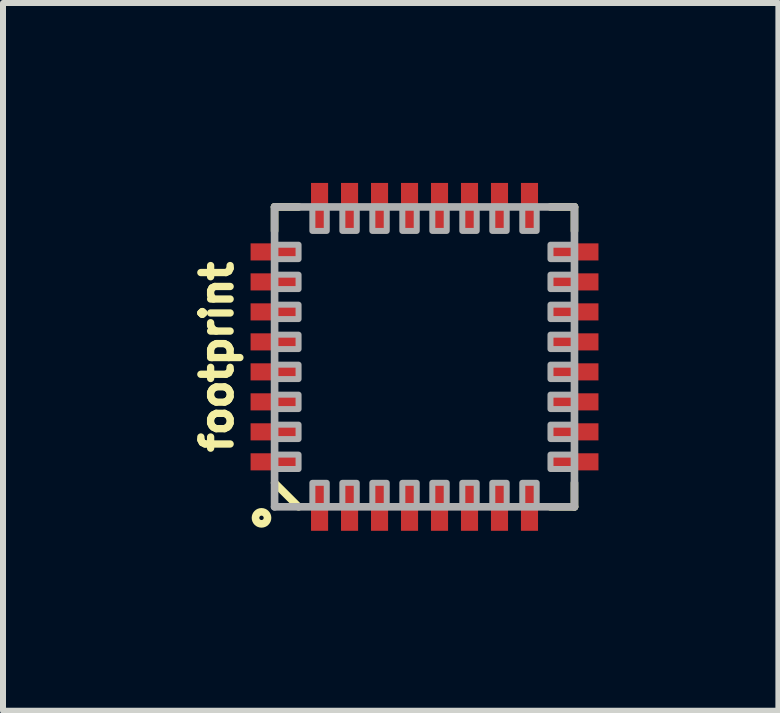
<source format=kicad_pcb>
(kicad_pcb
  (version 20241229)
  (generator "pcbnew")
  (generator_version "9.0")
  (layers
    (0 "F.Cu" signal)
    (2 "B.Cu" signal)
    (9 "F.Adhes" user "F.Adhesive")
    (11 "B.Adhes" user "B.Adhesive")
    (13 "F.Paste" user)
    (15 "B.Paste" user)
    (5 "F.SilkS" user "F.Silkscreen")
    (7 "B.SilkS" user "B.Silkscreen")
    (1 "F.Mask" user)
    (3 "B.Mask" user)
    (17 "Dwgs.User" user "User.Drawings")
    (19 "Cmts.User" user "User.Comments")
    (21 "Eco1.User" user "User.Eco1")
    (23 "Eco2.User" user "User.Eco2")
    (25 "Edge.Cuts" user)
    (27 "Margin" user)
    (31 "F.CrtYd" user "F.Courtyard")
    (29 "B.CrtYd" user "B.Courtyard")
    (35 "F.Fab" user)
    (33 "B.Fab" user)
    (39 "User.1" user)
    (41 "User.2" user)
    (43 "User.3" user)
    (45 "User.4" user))
  (footprint "footprint"
    (layer "F.Cu")
    (at 4.028 2.9)
    (property "Reference" "footprint" (at -3.175 0 90) (layer "F.SilkS") (effects (font (size 0.488 0.488) (thickness 0.122)) (justify bottom)))
    (fp_line (start -2.5 -2.5) (end -2.1 -2.5) (stroke (width 0.127) (type solid)) (layer "F.SilkS"))
    (fp_line (start -2.5 -2.1) (end -2.5 -2.5) (stroke (width 0.127) (type solid)) (layer "F.SilkS"))
    (fp_line (start -2.5 2.1) (end -2.1 2.5) (stroke (width 0.127) (type solid)) (layer "F.SilkS"))
    (fp_line (start 2.1 -2.5) (end 2.5 -2.5) (stroke (width 0.127) (type solid)) (layer "F.SilkS"))
    (fp_line (start 2.5 -2.5) (end 2.5 -2.1) (stroke (width 0.127) (type solid)) (layer "F.SilkS"))
    (fp_line (start 2.5 2.1) (end 2.5 2.5) (stroke (width 0.127) (type solid)) (layer "F.SilkS"))
    (fp_line (start 2.5 2.5) (end 2.1 2.5) (stroke (width 0.127) (type solid)) (layer "F.SilkS"))
    (fp_circle (center -2.718 2.684) (end -2.618 2.684) (stroke (width 0.127) (type solid)) (fill no) (layer "F.SilkS"))
    (fp_poly (pts (xy -2.9 -1.6) (xy -2.3 -1.6) (xy -2.3 -1.9) (xy -2.9 -1.9)) (stroke (width 0) (type solid)) (fill yes) (layer "F.Paste"))
    (fp_poly (pts (xy -2.9 -1.1) (xy -2.3 -1.1) (xy -2.3 -1.4) (xy -2.9 -1.4)) (stroke (width 0) (type solid)) (fill yes) (layer "F.Paste"))
    (fp_poly (pts (xy -2.9 -0.6) (xy -2.3 -0.6) (xy -2.3 -0.9) (xy -2.9 -0.9)) (stroke (width 0) (type solid)) (fill yes) (layer "F.Paste"))
    (fp_poly (pts (xy -2.9 -0.1) (xy -2.3 -0.1) (xy -2.3 -0.4) (xy -2.9 -0.4)) (stroke (width 0) (type solid)) (fill yes) (layer "F.Paste"))
    (fp_poly (pts (xy -2.9 0.4) (xy -2.3 0.4) (xy -2.3 0.1) (xy -2.9 0.1)) (stroke (width 0) (type solid)) (fill yes) (layer "F.Paste"))
    (fp_poly (pts (xy -2.9 0.9) (xy -2.3 0.9) (xy -2.3 0.6) (xy -2.9 0.6)) (stroke (width 0) (type solid)) (fill yes) (layer "F.Paste"))
    (fp_poly (pts (xy -2.9 1.4) (xy -2.3 1.4) (xy -2.3 1.1) (xy -2.9 1.1)) (stroke (width 0) (type solid)) (fill yes) (layer "F.Paste"))
    (fp_poly (pts (xy -2.9 1.9) (xy -2.3 1.9) (xy -2.3 1.6) (xy -2.9 1.6)) (stroke (width 0) (type solid)) (fill yes) (layer "F.Paste"))
    (fp_poly (pts (xy -1.9 -2.3) (xy -1.6 -2.3) (xy -1.6 -2.9) (xy -1.9 -2.9)) (stroke (width 0) (type solid)) (fill yes) (layer "F.Paste"))
    (fp_poly (pts (xy -1.9 2.9) (xy -1.6 2.9) (xy -1.6 2.3) (xy -1.9 2.3)) (stroke (width 0) (type solid)) (fill yes) (layer "F.Paste"))
    (fp_poly (pts (xy -1.4 -2.3) (xy -1.1 -2.3) (xy -1.1 -2.9) (xy -1.4 -2.9)) (stroke (width 0) (type solid)) (fill yes) (layer "F.Paste"))
    (fp_poly (pts (xy -1.4 2.9) (xy -1.1 2.9) (xy -1.1 2.3) (xy -1.4 2.3)) (stroke (width 0) (type solid)) (fill yes) (layer "F.Paste"))
    (fp_poly (pts (xy -0.9 -2.3) (xy -0.6 -2.3) (xy -0.6 -2.9) (xy -0.9 -2.9)) (stroke (width 0) (type solid)) (fill yes) (layer "F.Paste"))
    (fp_poly (pts (xy -0.9 2.9) (xy -0.6 2.9) (xy -0.6 2.3) (xy -0.9 2.3)) (stroke (width 0) (type solid)) (fill yes) (layer "F.Paste"))
    (fp_poly (pts (xy -0.4 -2.3) (xy -0.1 -2.3) (xy -0.1 -2.9) (xy -0.4 -2.9)) (stroke (width 0) (type solid)) (fill yes) (layer "F.Paste"))
    (fp_poly (pts (xy -0.4 2.9) (xy -0.1 2.9) (xy -0.1 2.3) (xy -0.4 2.3)) (stroke (width 0) (type solid)) (fill yes) (layer "F.Paste"))
    (fp_poly (pts (xy 0.1 -2.3) (xy 0.4 -2.3) (xy 0.4 -2.9) (xy 0.1 -2.9)) (stroke (width 0) (type solid)) (fill yes) (layer "F.Paste"))
    (fp_poly (pts (xy 0.1 2.9) (xy 0.4 2.9) (xy 0.4 2.3) (xy 0.1 2.3)) (stroke (width 0) (type solid)) (fill yes) (layer "F.Paste"))
    (fp_poly (pts (xy 0.6 -2.3) (xy 0.9 -2.3) (xy 0.9 -2.9) (xy 0.6 -2.9)) (stroke (width 0) (type solid)) (fill yes) (layer "F.Paste"))
    (fp_poly (pts (xy 0.6 2.9) (xy 0.9 2.9) (xy 0.9 2.3) (xy 0.6 2.3)) (stroke (width 0) (type solid)) (fill yes) (layer "F.Paste"))
    (fp_poly (pts (xy 1.1 -2.3) (xy 1.4 -2.3) (xy 1.4 -2.9) (xy 1.1 -2.9)) (stroke (width 0) (type solid)) (fill yes) (layer "F.Paste"))
    (fp_poly (pts (xy 1.1 2.9) (xy 1.4 2.9) (xy 1.4 2.3) (xy 1.1 2.3)) (stroke (width 0) (type solid)) (fill yes) (layer "F.Paste"))
    (fp_poly (pts (xy 1.6 -2.3) (xy 1.9 -2.3) (xy 1.9 -2.9) (xy 1.6 -2.9)) (stroke (width 0) (type solid)) (fill yes) (layer "F.Paste"))
    (fp_poly (pts (xy 1.6 2.9) (xy 1.9 2.9) (xy 1.9 2.3) (xy 1.6 2.3)) (stroke (width 0) (type solid)) (fill yes) (layer "F.Paste"))
    (fp_poly (pts (xy 2.3 -1.6) (xy 2.9 -1.6) (xy 2.9 -1.9) (xy 2.3 -1.9)) (stroke (width 0) (type solid)) (fill yes) (layer "F.Paste"))
    (fp_poly (pts (xy 2.3 -1.1) (xy 2.9 -1.1) (xy 2.9 -1.4) (xy 2.3 -1.4)) (stroke (width 0) (type solid)) (fill yes) (layer "F.Paste"))
    (fp_poly (pts (xy 2.3 -0.6) (xy 2.9 -0.6) (xy 2.9 -0.9) (xy 2.3 -0.9)) (stroke (width 0) (type solid)) (fill yes) (layer "F.Paste"))
    (fp_poly (pts (xy 2.3 -0.1) (xy 2.9 -0.1) (xy 2.9 -0.4) (xy 2.3 -0.4)) (stroke (width 0) (type solid)) (fill yes) (layer "F.Paste"))
    (fp_poly (pts (xy 2.3 0.4) (xy 2.9 0.4) (xy 2.9 0.1) (xy 2.3 0.1)) (stroke (width 0) (type solid)) (fill yes) (layer "F.Paste"))
    (fp_poly (pts (xy 2.3 0.9) (xy 2.9 0.9) (xy 2.9 0.6) (xy 2.3 0.6)) (stroke (width 0) (type solid)) (fill yes) (layer "F.Paste"))
    (fp_poly (pts (xy 2.3 1.4) (xy 2.9 1.4) (xy 2.9 1.1) (xy 2.3 1.1)) (stroke (width 0) (type solid)) (fill yes) (layer "F.Paste"))
    (fp_poly (pts (xy 2.3 1.9) (xy 2.9 1.9) (xy 2.9 1.6) (xy 2.3 1.6)) (stroke (width 0) (type solid)) (fill yes) (layer "F.Paste"))
    (fp_line (start -2.5 -2.5) (end -2.5 2.5) (stroke (width 0.127) (type solid)) (layer "F.Fab"))
    (fp_line (start -2.5 2.5) (end 2.5 2.5) (stroke (width 0.127) (type solid)) (layer "F.Fab"))
    (fp_line (start 2.5 -2.5) (end -2.5 -2.5) (stroke (width 0.127) (type solid)) (layer "F.Fab"))
    (fp_line (start 2.5 2.5) (end 2.5 -2.5) (stroke (width 0.127) (type solid)) (layer "F.Fab"))
    (fp_poly (pts (xy -2.5 -1.63) (xy -2.1 -1.63) (xy -2.1 -1.87) (xy -2.5 -1.87)) (stroke (width 0.1) (type solid)) (fill no) (layer "F.Fab"))
    (fp_poly (pts (xy -2.5 -1.13) (xy -2.1 -1.13) (xy -2.1 -1.37) (xy -2.5 -1.37)) (stroke (width 0.1) (type solid)) (fill no) (layer "F.Fab"))
    (fp_poly (pts (xy -2.5 -0.63) (xy -2.1 -0.63) (xy -2.1 -0.87) (xy -2.5 -0.87)) (stroke (width 0.1) (type solid)) (fill no) (layer "F.Fab"))
    (fp_poly (pts (xy -2.5 -0.13) (xy -2.1 -0.13) (xy -2.1 -0.37) (xy -2.5 -0.37)) (stroke (width 0.1) (type solid)) (fill no) (layer "F.Fab"))
    (fp_poly (pts (xy -2.5 0.37) (xy -2.1 0.37) (xy -2.1 0.13) (xy -2.5 0.13)) (stroke (width 0.1) (type solid)) (fill no) (layer "F.Fab"))
    (fp_poly (pts (xy -2.5 0.87) (xy -2.1 0.87) (xy -2.1 0.63) (xy -2.5 0.63)) (stroke (width 0.1) (type solid)) (fill no) (layer "F.Fab"))
    (fp_poly (pts (xy -2.5 1.37) (xy -2.1 1.37) (xy -2.1 1.13) (xy -2.5 1.13)) (stroke (width 0.1) (type solid)) (fill no) (layer "F.Fab"))
    (fp_poly (pts (xy -2.5 1.87) (xy -2.1 1.87) (xy -2.1 1.63) (xy -2.5 1.63)) (stroke (width 0.1) (type solid)) (fill no) (layer "F.Fab"))
    (fp_poly (pts (xy -1.87 -2.5) (xy -1.87 -2.1) (xy -1.63 -2.1) (xy -1.63 -2.5)) (stroke (width 0.1) (type solid)) (fill no) (layer "F.Fab"))
    (fp_poly (pts (xy -1.63 2.5) (xy -1.63 2.1) (xy -1.87 2.1) (xy -1.87 2.5)) (stroke (width 0.1) (type solid)) (fill no) (layer "F.Fab"))
    (fp_poly (pts (xy -1.37 -2.5) (xy -1.37 -2.1) (xy -1.13 -2.1) (xy -1.13 -2.5)) (stroke (width 0.1) (type solid)) (fill no) (layer "F.Fab"))
    (fp_poly (pts (xy -1.13 2.5) (xy -1.13 2.1) (xy -1.37 2.1) (xy -1.37 2.5)) (stroke (width 0.1) (type solid)) (fill no) (layer "F.Fab"))
    (fp_poly (pts (xy -0.87 -2.5) (xy -0.87 -2.1) (xy -0.63 -2.1) (xy -0.63 -2.5)) (stroke (width 0.1) (type solid)) (fill no) (layer "F.Fab"))
    (fp_poly (pts (xy -0.63 2.5) (xy -0.63 2.1) (xy -0.87 2.1) (xy -0.87 2.5)) (stroke (width 0.1) (type solid)) (fill no) (layer "F.Fab"))
    (fp_poly (pts (xy -0.37 -2.5) (xy -0.37 -2.1) (xy -0.13 -2.1) (xy -0.13 -2.5)) (stroke (width 0.1) (type solid)) (fill no) (layer "F.Fab"))
    (fp_poly (pts (xy -0.13 2.5) (xy -0.13 2.1) (xy -0.37 2.1) (xy -0.37 2.5)) (stroke (width 0.1) (type solid)) (fill no) (layer "F.Fab"))
    (fp_poly (pts (xy 0.13 -2.5) (xy 0.13 -2.1) (xy 0.37 -2.1) (xy 0.37 -2.5)) (stroke (width 0.1) (type solid)) (fill no) (layer "F.Fab"))
    (fp_poly (pts (xy 0.37 2.5) (xy 0.37 2.1) (xy 0.13 2.1) (xy 0.13 2.5)) (stroke (width 0.1) (type solid)) (fill no) (layer "F.Fab"))
    (fp_poly (pts (xy 0.63 -2.5) (xy 0.63 -2.1) (xy 0.87 -2.1) (xy 0.87 -2.5)) (stroke (width 0.1) (type solid)) (fill no) (layer "F.Fab"))
    (fp_poly (pts (xy 0.87 2.5) (xy 0.87 2.1) (xy 0.63 2.1) (xy 0.63 2.5)) (stroke (width 0.1) (type solid)) (fill no) (layer "F.Fab"))
    (fp_poly (pts (xy 1.13 -2.5) (xy 1.13 -2.1) (xy 1.37 -2.1) (xy 1.37 -2.5)) (stroke (width 0.1) (type solid)) (fill no) (layer "F.Fab"))
    (fp_poly (pts (xy 1.37 2.5) (xy 1.37 2.1) (xy 1.13 2.1) (xy 1.13 2.5)) (stroke (width 0.1) (type solid)) (fill no) (layer "F.Fab"))
    (fp_poly (pts (xy 1.63 -2.5) (xy 1.63 -2.1) (xy 1.87 -2.1) (xy 1.87 -2.5)) (stroke (width 0.1) (type solid)) (fill no) (layer "F.Fab"))
    (fp_poly (pts (xy 1.87 2.5) (xy 1.87 2.1) (xy 1.63 2.1) (xy 1.63 2.5)) (stroke (width 0.1) (type solid)) (fill no) (layer "F.Fab"))
    (fp_poly (pts (xy 2.5 -1.87) (xy 2.1 -1.87) (xy 2.1 -1.63) (xy 2.5 -1.63)) (stroke (width 0.1) (type solid)) (fill no) (layer "F.Fab"))
    (fp_poly (pts (xy 2.5 -1.37) (xy 2.1 -1.37) (xy 2.1 -1.13) (xy 2.5 -1.13)) (stroke (width 0.1) (type solid)) (fill no) (layer "F.Fab"))
    (fp_poly (pts (xy 2.5 -0.87) (xy 2.1 -0.87) (xy 2.1 -0.63) (xy 2.5 -0.63)) (stroke (width 0.1) (type solid)) (fill no) (layer "F.Fab"))
    (fp_poly (pts (xy 2.5 -0.37) (xy 2.1 -0.37) (xy 2.1 -0.13) (xy 2.5 -0.13)) (stroke (width 0.1) (type solid)) (fill no) (layer "F.Fab"))
    (fp_poly (pts (xy 2.5 0.13) (xy 2.1 0.13) (xy 2.1 0.37) (xy 2.5 0.37)) (stroke (width 0.1) (type solid)) (fill no) (layer "F.Fab"))
    (fp_poly (pts (xy 2.5 0.63) (xy 2.1 0.63) (xy 2.1 0.87) (xy 2.5 0.87)) (stroke (width 0.1) (type solid)) (fill no) (layer "F.Fab"))
    (fp_poly (pts (xy 2.5 1.13) (xy 2.1 1.13) (xy 2.1 1.37) (xy 2.5 1.37)) (stroke (width 0.1) (type solid)) (fill no) (layer "F.Fab"))
    (fp_poly (pts (xy 2.5 1.63) (xy 2.1 1.63) (xy 2.1 1.87) (xy 2.5 1.87)) (stroke (width 0.1) (type solid)) (fill no) (layer "F.Fab"))
    (pad "1" smd rect (at -1.75 2.5 90) (size 0.8 0.285) (layers "F.Cu" "F.Mask"))
    (pad "2" smd rect (at -1.25 2.5 90) (size 0.8 0.285) (layers "F.Cu" "F.Mask"))
    (pad "3" smd rect (at -0.75 2.5 90) (size 0.8 0.285) (layers "F.Cu" "F.Mask"))
    (pad "4" smd rect (at -0.25 2.5 90) (size 0.8 0.285) (layers "F.Cu" "F.Mask"))
    (pad "5" smd rect (at 0.25 2.5 90) (size 0.8 0.285) (layers "F.Cu" "F.Mask"))
    (pad "6" smd rect (at 0.75 2.5 90) (size 0.8 0.285) (layers "F.Cu" "F.Mask"))
    (pad "7" smd rect (at 1.25 2.5 90) (size 0.8 0.285) (layers "F.Cu" "F.Mask"))
    (pad "8" smd rect (at 1.75 2.5 90) (size 0.8 0.285) (layers "F.Cu" "F.Mask"))
    (pad "9" smd rect (at 2.5 1.75 180) (size 0.8 0.285) (layers "F.Cu" "F.Mask"))
    (pad "10" smd rect (at 2.5 1.25 180) (size 0.8 0.285) (layers "F.Cu" "F.Mask"))
    (pad "11" smd rect (at 2.5 0.75 180) (size 0.8 0.285) (layers "F.Cu" "F.Mask"))
    (pad "12" smd rect (at 2.5 0.25 180) (size 0.8 0.285) (layers "F.Cu" "F.Mask"))
    (pad "13" smd rect (at 2.5 -0.25 180) (size 0.8 0.285) (layers "F.Cu" "F.Mask"))
    (pad "14" smd rect (at 2.5 -0.75 180) (size 0.8 0.285) (layers "F.Cu" "F.Mask"))
    (pad "15" smd rect (at 2.5 -1.25 180) (size 0.8 0.285) (layers "F.Cu" "F.Mask"))
    (pad "16" smd rect (at 2.5 -1.75 180) (size 0.8 0.285) (layers "F.Cu" "F.Mask"))
    (pad "17" smd rect (at 1.75 -2.5 270) (size 0.8 0.285) (layers "F.Cu" "F.Mask"))
    (pad "18" smd rect (at 1.25 -2.5 270) (size 0.8 0.285) (layers "F.Cu" "F.Mask"))
    (pad "19" smd rect (at 0.75 -2.5 270) (size 0.8 0.285) (layers "F.Cu" "F.Mask"))
    (pad "20" smd rect (at 0.25 -2.5 270) (size 0.8 0.285) (layers "F.Cu" "F.Mask"))
    (pad "21" smd rect (at -0.25 -2.5 270) (size 0.8 0.285) (layers "F.Cu" "F.Mask"))
    (pad "22" smd rect (at -0.75 -2.5 270) (size 0.8 0.285) (layers "F.Cu" "F.Mask"))
    (pad "23" smd rect (at -1.25 -2.5 270) (size 0.8 0.285) (layers "F.Cu" "F.Mask"))
    (pad "24" smd rect (at -1.75 -2.5 270) (size 0.8 0.285) (layers "F.Cu" "F.Mask"))
    (pad "25" smd rect (at -2.5 -1.75) (size 0.8 0.285) (layers "F.Cu" "F.Mask"))
    (pad "26" smd rect (at -2.5 -1.25) (size 0.8 0.285) (layers "F.Cu" "F.Mask"))
    (pad "27" smd rect (at -2.5 -0.75) (size 0.8 0.285) (layers "F.Cu" "F.Mask"))
    (pad "28" smd rect (at -2.5 -0.25) (size 0.8 0.285) (layers "F.Cu" "F.Mask"))
    (pad "29" smd rect (at -2.5 0.25) (size 0.8 0.285) (layers "F.Cu" "F.Mask"))
    (pad "30" smd rect (at -2.5 0.75) (size 0.8 0.285) (layers "F.Cu" "F.Mask"))
    (pad "31" smd rect (at -2.5 1.25) (size 0.8 0.285) (layers "F.Cu" "F.Mask"))
    (pad "32" smd rect (at -2.5 1.75) (size 0.8 0.285) (layers "F.Cu" "F.Mask")))
  (gr_rect
    (start -3 -3)
    (end 9.928 8.8)
    (stroke (width 0.1) (type default))
    (fill no)
    (layer "Edge.Cuts")))
</source>
